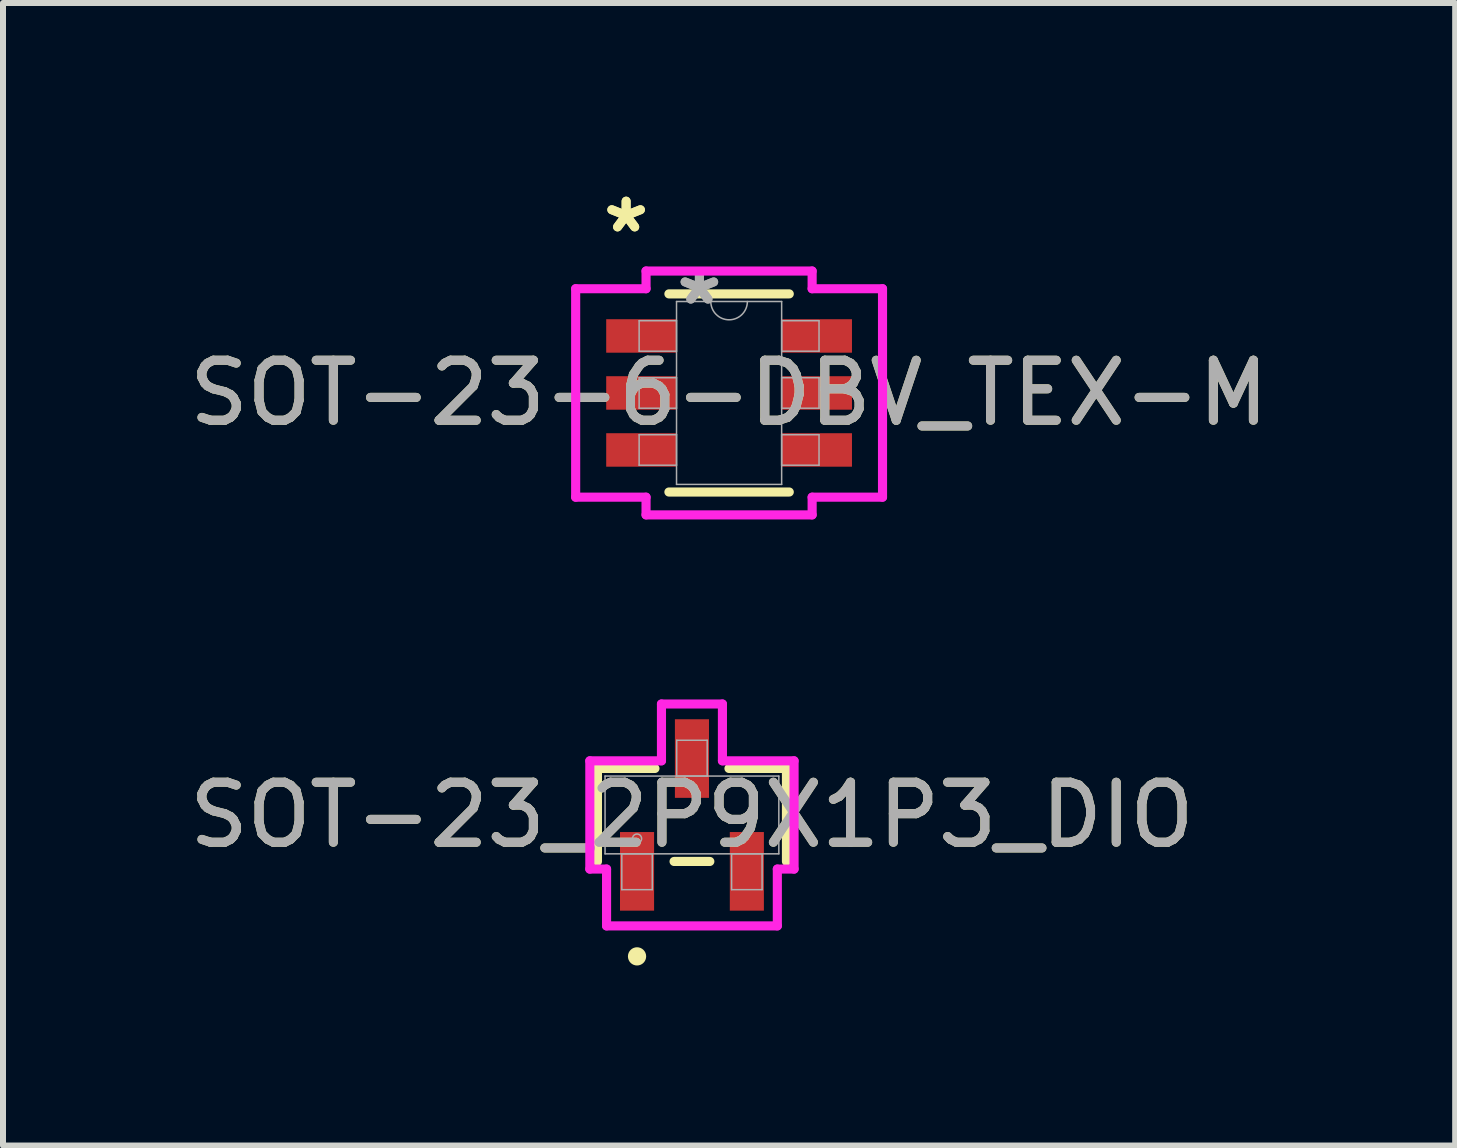
<source format=kicad_pcb>
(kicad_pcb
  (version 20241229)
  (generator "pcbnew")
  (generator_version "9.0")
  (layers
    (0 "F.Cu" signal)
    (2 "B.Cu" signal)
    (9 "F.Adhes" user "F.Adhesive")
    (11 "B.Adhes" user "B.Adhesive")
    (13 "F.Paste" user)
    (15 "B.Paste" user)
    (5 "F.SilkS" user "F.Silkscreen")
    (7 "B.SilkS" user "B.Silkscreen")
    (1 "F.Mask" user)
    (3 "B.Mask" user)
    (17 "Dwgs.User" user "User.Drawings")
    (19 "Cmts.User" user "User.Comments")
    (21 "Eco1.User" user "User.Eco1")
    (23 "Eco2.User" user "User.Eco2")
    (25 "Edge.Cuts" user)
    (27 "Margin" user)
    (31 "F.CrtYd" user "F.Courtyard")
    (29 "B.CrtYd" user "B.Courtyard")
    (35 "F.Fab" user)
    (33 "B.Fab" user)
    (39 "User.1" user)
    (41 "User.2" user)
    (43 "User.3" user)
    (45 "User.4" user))
  (footprint "SOT-23-6-DBV_TEX-M"
    (layer "F.Cu")
    (at 9.101 3.499)
    (property "Reference" "SOT-23-6-DBV_TEX-M" (at 0 0 0) (unlocked yes) (layer "F.SilkS") (effects (font (size 1 1) (thickness 0.15))))
    (attr smd)
    (fp_line (start -1.003 1.651) (end 1.003 1.651) (stroke (width 0.152) (type solid)) (layer "F.SilkS"))
    (fp_line (start 1.003 -1.651) (end -1.003 -1.651) (stroke (width 0.152) (type solid)) (layer "F.SilkS"))
    (fp_line (start -2.557 -1.737) (end -1.384 -1.737) (stroke (width 0.152) (type solid)) (layer "F.CrtYd"))
    (fp_line (start -2.557 1.737) (end -2.557 -1.737) (stroke (width 0.152) (type solid)) (layer "F.CrtYd"))
    (fp_line (start -2.557 1.737) (end -1.384 1.737) (stroke (width 0.152) (type solid)) (layer "F.CrtYd"))
    (fp_line (start -1.384 -2.032) (end 1.384 -2.032) (stroke (width 0.152) (type solid)) (layer "F.CrtYd"))
    (fp_line (start -1.384 -1.737) (end -1.384 -2.032) (stroke (width 0.152) (type solid)) (layer "F.CrtYd"))
    (fp_line (start -1.384 2.032) (end -1.384 1.737) (stroke (width 0.152) (type solid)) (layer "F.CrtYd"))
    (fp_line (start 1.384 -2.032) (end 1.384 -1.737) (stroke (width 0.152) (type solid)) (layer "F.CrtYd"))
    (fp_line (start 1.384 1.737) (end 1.384 2.032) (stroke (width 0.152) (type solid)) (layer "F.CrtYd"))
    (fp_line (start 1.384 2.032) (end -1.384 2.032) (stroke (width 0.152) (type solid)) (layer "F.CrtYd"))
    (fp_line (start 2.557 -1.737) (end 1.384 -1.737) (stroke (width 0.152) (type solid)) (layer "F.CrtYd"))
    (fp_line (start 2.557 -1.737) (end 2.557 1.737) (stroke (width 0.152) (type solid)) (layer "F.CrtYd"))
    (fp_line (start 2.557 1.737) (end 1.384 1.737) (stroke (width 0.152) (type solid)) (layer "F.CrtYd"))
    (fp_line (start -1.499 -1.204) (end -1.499 -0.696) (stroke (width 0.025) (type solid)) (layer "F.Fab"))
    (fp_line (start -1.499 -0.696) (end -0.876 -0.696) (stroke (width 0.025) (type solid)) (layer "F.Fab"))
    (fp_line (start -1.499 -0.254) (end -1.499 0.254) (stroke (width 0.025) (type solid)) (layer "F.Fab"))
    (fp_line (start -1.499 0.254) (end -0.876 0.254) (stroke (width 0.025) (type solid)) (layer "F.Fab"))
    (fp_line (start -1.499 0.696) (end -1.499 1.204) (stroke (width 0.025) (type solid)) (layer "F.Fab"))
    (fp_line (start -1.499 1.204) (end -0.876 1.204) (stroke (width 0.025) (type solid)) (layer "F.Fab"))
    (fp_line (start -0.876 -1.524) (end -0.876 1.524) (stroke (width 0.025) (type solid)) (layer "F.Fab"))
    (fp_line (start -0.876 -1.204) (end -1.499 -1.204) (stroke (width 0.025) (type solid)) (layer "F.Fab"))
    (fp_line (start -0.876 -0.696) (end -0.876 -1.204) (stroke (width 0.025) (type solid)) (layer "F.Fab"))
    (fp_line (start -0.876 -0.254) (end -1.499 -0.254) (stroke (width 0.025) (type solid)) (layer "F.Fab"))
    (fp_line (start -0.876 0.254) (end -0.876 -0.254) (stroke (width 0.025) (type solid)) (layer "F.Fab"))
    (fp_line (start -0.876 0.696) (end -1.499 0.696) (stroke (width 0.025) (type solid)) (layer "F.Fab"))
    (fp_line (start -0.876 1.204) (end -0.876 0.696) (stroke (width 0.025) (type solid)) (layer "F.Fab"))
    (fp_line (start -0.876 1.524) (end 0.876 1.524) (stroke (width 0.025) (type solid)) (layer "F.Fab"))
    (fp_line (start 0.876 -1.524) (end -0.876 -1.524) (stroke (width 0.025) (type solid)) (layer "F.Fab"))
    (fp_line (start 0.876 -1.204) (end 0.876 -0.696) (stroke (width 0.025) (type solid)) (layer "F.Fab"))
    (fp_line (start 0.876 -0.696) (end 1.499 -0.696) (stroke (width 0.025) (type solid)) (layer "F.Fab"))
    (fp_line (start 0.876 -0.254) (end 0.876 0.254) (stroke (width 0.025) (type solid)) (layer "F.Fab"))
    (fp_line (start 0.876 0.254) (end 1.499 0.254) (stroke (width 0.025) (type solid)) (layer "F.Fab"))
    (fp_line (start 0.876 0.696) (end 0.876 1.204) (stroke (width 0.025) (type solid)) (layer "F.Fab"))
    (fp_line (start 0.876 1.204) (end 1.499 1.204) (stroke (width 0.025) (type solid)) (layer "F.Fab"))
    (fp_line (start 0.876 1.524) (end 0.876 -1.524) (stroke (width 0.025) (type solid)) (layer "F.Fab"))
    (fp_line (start 1.499 -1.204) (end 0.876 -1.204) (stroke (width 0.025) (type solid)) (layer "F.Fab"))
    (fp_line (start 1.499 -0.696) (end 1.499 -1.204) (stroke (width 0.025) (type solid)) (layer "F.Fab"))
    (fp_line (start 1.499 -0.254) (end 0.876 -0.254) (stroke (width 0.025) (type solid)) (layer "F.Fab"))
    (fp_line (start 1.499 0.254) (end 1.499 -0.254) (stroke (width 0.025) (type solid)) (layer "F.Fab"))
    (fp_line (start 1.499 0.696) (end 0.876 0.696) (stroke (width 0.025) (type solid)) (layer "F.Fab"))
    (fp_line (start 1.499 1.204) (end 1.499 0.696) (stroke (width 0.025) (type solid)) (layer "F.Fab"))
    (fp_arc (start 0.3048 -1.524) (mid 0 -1.2192) (end -0.3048 -1.524) (stroke (width 0.0254) (type solid)) (layer "F.Fab"))
    (fp_text user "*" (at -1.716 -2.651 0) (layer "F.SilkS") (effects (font (size 1 1) (thickness 0.15))))
    (fp_text user "*" (at -1.716 -2.651 0) (unlocked yes) (layer "F.SilkS") (effects (font (size 1 1) (thickness 0.15))))
    (fp_text user "${REFERENCE}" (at 0 0 0) (unlocked yes) (layer "F.Fab") (effects (font (size 1 1) (thickness 0.15))))
    (fp_text user "*" (at -0.495 -1.448 0) (layer "F.Fab") (effects (font (size 1 1) (thickness 0.15))))
    (fp_text user "*" (at -0.495 -1.448 0) (unlocked yes) (layer "F.Fab") (effects (font (size 1 1) (thickness 0.15))))
    (pad "1" smd rect (at -1.462 -0.95) (size 1.172 0.558) (layers "F.Cu" "F.Mask" "F.Paste"))
    (pad "2" smd rect (at -1.462 0) (size 1.172 0.558) (layers "F.Cu" "F.Mask" "F.Paste"))
    (pad "3" smd rect (at -1.462 0.95) (size 1.172 0.558) (layers "F.Cu" "F.Mask" "F.Paste"))
    (pad "4" smd rect (at 1.462 0.95) (size 1.172 0.558) (layers "F.Cu" "F.Mask" "F.Paste"))
    (pad "5" smd rect (at 1.462 0) (size 1.172 0.558) (layers "F.Cu" "F.Mask" "F.Paste"))
    (pad "6" smd rect (at 1.462 -0.95) (size 1.172 0.558) (layers "F.Cu" "F.Mask" "F.Paste")))
  (footprint "SOT-23_2P9X1P3_DIO"
    (layer "F.Cu")
    (at 8.482 10.532)
    (property "Reference" "SOT-23_2P9X1P3_DIO" (at 0 0 0) (unlocked yes) (layer "F.SilkS") (effects (font (size 1 1) (thickness 0.15))))
    (attr smd)
    (fp_line (start -1.575 -0.775) (end -1.575 0.775) (stroke (width 0.152) (type solid)) (layer "F.SilkS"))
    (fp_line (start -0.617 -0.775) (end -1.575 -0.775) (stroke (width 0.152) (type solid)) (layer "F.SilkS"))
    (fp_line (start -0.298 0.775) (end 0.298 0.775) (stroke (width 0.152) (type solid)) (layer "F.SilkS"))
    (fp_line (start 1.575 -0.775) (end 0.617 -0.775) (stroke (width 0.152) (type solid)) (layer "F.SilkS"))
    (fp_line (start 1.575 0.775) (end 1.575 -0.775) (stroke (width 0.152) (type solid)) (layer "F.SilkS"))
    (fp_circle (center -0.915 2.357) (end -0.839 2.357) (stroke (width 0.152) (type solid)) (fill no) (layer "F.SilkS"))
    (fp_line (start -1.702 -0.902) (end -0.508 -0.902) (stroke (width 0.152) (type solid)) (layer "F.CrtYd"))
    (fp_line (start -1.702 0.902) (end -1.702 -0.902) (stroke (width 0.152) (type solid)) (layer "F.CrtYd"))
    (fp_line (start -1.702 0.902) (end -1.423 0.902) (stroke (width 0.152) (type solid)) (layer "F.CrtYd"))
    (fp_line (start -1.423 0.902) (end -1.423 1.849) (stroke (width 0.152) (type solid)) (layer "F.CrtYd"))
    (fp_line (start -1.423 1.849) (end 1.423 1.849) (stroke (width 0.152) (type solid)) (layer "F.CrtYd"))
    (fp_line (start -0.508 -1.849) (end 0.508 -1.849) (stroke (width 0.152) (type solid)) (layer "F.CrtYd"))
    (fp_line (start -0.508 -0.902) (end -0.508 -1.849) (stroke (width 0.152) (type solid)) (layer "F.CrtYd"))
    (fp_line (start 0.508 -0.902) (end 0.508 -1.849) (stroke (width 0.152) (type solid)) (layer "F.CrtYd"))
    (fp_line (start 1.423 0.902) (end 1.423 1.849) (stroke (width 0.152) (type solid)) (layer "F.CrtYd"))
    (fp_line (start 1.702 -0.902) (end 0.508 -0.902) (stroke (width 0.152) (type solid)) (layer "F.CrtYd"))
    (fp_line (start 1.702 -0.902) (end 1.702 0.902) (stroke (width 0.152) (type solid)) (layer "F.CrtYd"))
    (fp_line (start 1.702 0.902) (end 1.423 0.902) (stroke (width 0.152) (type solid)) (layer "F.CrtYd"))
    (fp_line (start -1.448 -0.648) (end -1.448 0.648) (stroke (width 0.025) (type solid)) (layer "F.Fab"))
    (fp_line (start -1.448 0.648) (end 1.448 0.648) (stroke (width 0.025) (type solid)) (layer "F.Fab"))
    (fp_line (start -1.169 0.648) (end -1.169 1.245) (stroke (width 0.025) (type solid)) (layer "F.Fab"))
    (fp_line (start -1.169 1.245) (end -0.661 1.245) (stroke (width 0.025) (type solid)) (layer "F.Fab"))
    (fp_line (start -0.661 0.648) (end -1.169 0.648) (stroke (width 0.025) (type solid)) (layer "F.Fab"))
    (fp_line (start -0.661 1.245) (end -0.661 0.648) (stroke (width 0.025) (type solid)) (layer "F.Fab"))
    (fp_line (start -0.254 -1.245) (end -0.254 -0.648) (stroke (width 0.025) (type solid)) (layer "F.Fab"))
    (fp_line (start -0.254 -0.648) (end 0.254 -0.648) (stroke (width 0.025) (type solid)) (layer "F.Fab"))
    (fp_line (start 0.254 -1.245) (end -0.254 -1.245) (stroke (width 0.025) (type solid)) (layer "F.Fab"))
    (fp_line (start 0.254 -0.648) (end 0.254 -1.245) (stroke (width 0.025) (type solid)) (layer "F.Fab"))
    (fp_line (start 0.661 0.648) (end 0.661 1.245) (stroke (width 0.025) (type solid)) (layer "F.Fab"))
    (fp_line (start 0.661 1.245) (end 1.169 1.245) (stroke (width 0.025) (type solid)) (layer "F.Fab"))
    (fp_line (start 1.169 0.648) (end 0.661 0.648) (stroke (width 0.025) (type solid)) (layer "F.Fab"))
    (fp_line (start 1.169 1.245) (end 1.169 0.648) (stroke (width 0.025) (type solid)) (layer "F.Fab"))
    (fp_line (start 1.448 -0.648) (end -1.448 -0.648) (stroke (width 0.025) (type solid)) (layer "F.Fab"))
    (fp_line (start 1.448 0.648) (end 1.448 -0.648) (stroke (width 0.025) (type solid)) (layer "F.Fab"))
    (fp_circle (center -0.915 0.394) (end -0.839 0.394) (stroke (width 0.025) (type solid)) (fill no) (layer "F.Fab"))
    (fp_text user "${REFERENCE}" (at 0 0 0) (unlocked yes) (layer "F.Fab") (effects (font (size 1 1) (thickness 0.15))))
    (pad "1" smd rect (at -0.915 0.94) (size 0.568 1.31) (layers "F.Cu" "F.Mask" "F.Paste"))
    (pad "2" smd rect (at 0.915 0.94) (size 0.568 1.31) (layers "F.Cu" "F.Mask" "F.Paste"))
    (pad "3" smd rect (at 0 -0.94) (size 0.568 1.31) (layers "F.Cu" "F.Mask" "F.Paste")))
  (gr_rect
    (start -3 -3)
    (end 21.202 16.041)
    (stroke (width 0.1) (type default))
    (fill no)
    (layer "Edge.Cuts")))
</source>
